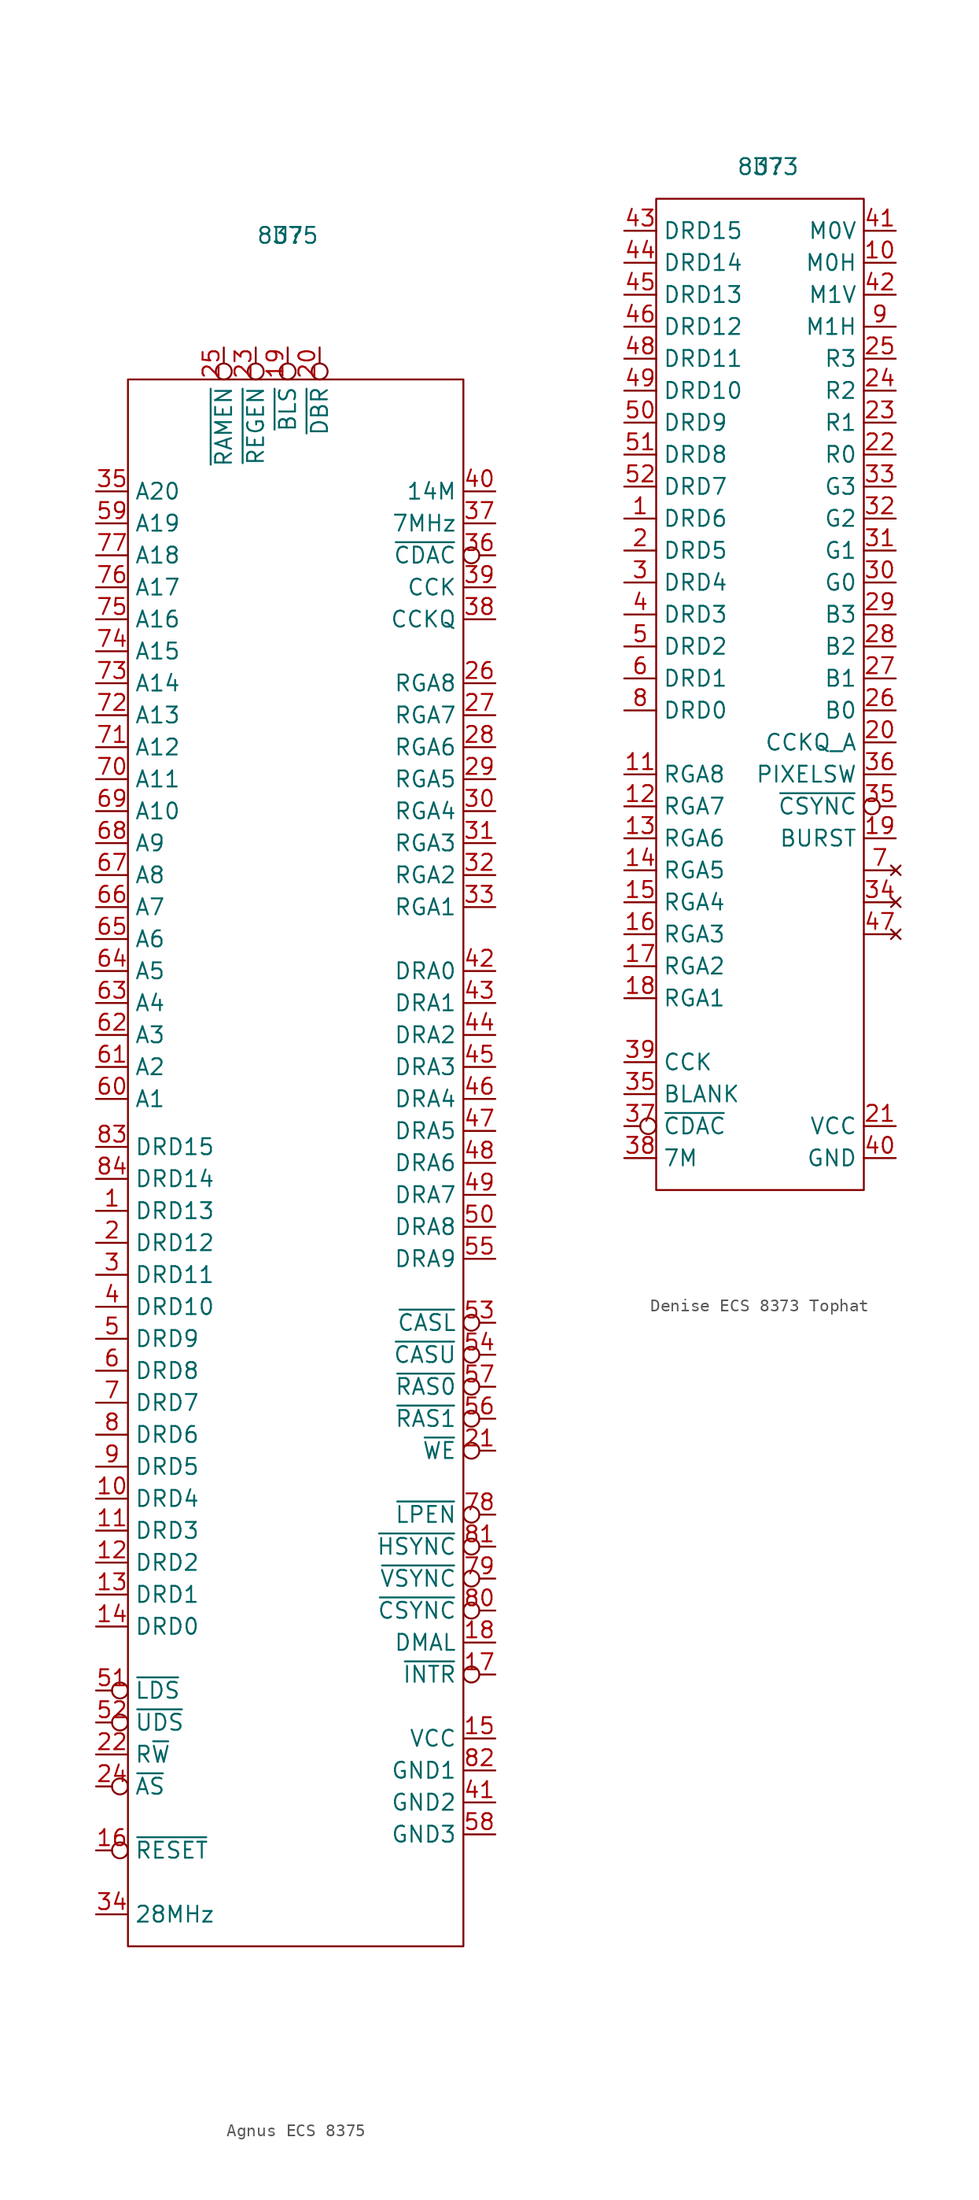
<source format=kicad_sym>
(kicad_symbol_lib
  (version 20241209)
  (generator "kicad_symbol_editor")
  (generator_version "9.0")
  (symbol "Agnus ECS 8375"
    (property "Reference" "U"
      (at 0 0 0)
      (effects (font (size 1.27 1.27))))
    (property "Value" "8375"
      (at 0 0 0)
      (effects (font (size 1.27 1.27))))
    (symbol "Agnus ECS 8375_0_1"
      (rectangle (start -12.7 -11.43) (end 13.97 -135.89) (stroke (width 0) (type default)) (fill (type none))))
    (symbol "Agnus ECS 8375_1_1"
      (pin input line (at -15.24 -20.32 0) (length 2.54) (name "A20" (effects (font (size 1.27 1.27)))) (number "35" (effects (font (size 1.27 1.27)))))
      (pin input line (at -15.24 -22.86 0) (length 2.54) (name "A19" (effects (font (size 1.27 1.27)))) (number "59" (effects (font (size 1.27 1.27)))))
      (pin input line (at -15.24 -25.4 0) (length 2.54) (name "A18" (effects (font (size 1.27 1.27)))) (number "77" (effects (font (size 1.27 1.27)))))
      (pin input line (at -15.24 -27.94 0) (length 2.54) (name "A17" (effects (font (size 1.27 1.27)))) (number "76" (effects (font (size 1.27 1.27)))))
      (pin input line (at -15.24 -30.48 0) (length 2.54) (name "A16" (effects (font (size 1.27 1.27)))) (number "75" (effects (font (size 1.27 1.27)))))
      (pin input line (at -15.24 -33.02 0) (length 2.54) (name "A15" (effects (font (size 1.27 1.27)))) (number "74" (effects (font (size 1.27 1.27)))))
      (pin input line (at -15.24 -35.56 0) (length 2.54) (name "A14" (effects (font (size 1.27 1.27)))) (number "73" (effects (font (size 1.27 1.27)))))
      (pin input line (at -15.24 -38.1 0) (length 2.54) (name "A13" (effects (font (size 1.27 1.27)))) (number "72" (effects (font (size 1.27 1.27)))))
      (pin input line (at -15.24 -40.64 0) (length 2.54) (name "A12" (effects (font (size 1.27 1.27)))) (number "71" (effects (font (size 1.27 1.27)))))
      (pin input line (at -15.24 -43.18 0) (length 2.54) (name "A11" (effects (font (size 1.27 1.27)))) (number "70" (effects (font (size 1.27 1.27)))))
      (pin input line (at -15.24 -45.72 0) (length 2.54) (name "A10" (effects (font (size 1.27 1.27)))) (number "69" (effects (font (size 1.27 1.27)))))
      (pin input line (at -15.24 -48.26 0) (length 2.54) (name "A9" (effects (font (size 1.27 1.27)))) (number "68" (effects (font (size 1.27 1.27)))))
      (pin input line (at -15.24 -50.8 0) (length 2.54) (name "A8" (effects (font (size 1.27 1.27)))) (number "67" (effects (font (size 1.27 1.27)))))
      (pin input line (at -15.24 -53.34 0) (length 2.54) (name "A7" (effects (font (size 1.27 1.27)))) (number "66" (effects (font (size 1.27 1.27)))))
      (pin input line (at -15.24 -55.88 0) (length 2.54) (name "A6" (effects (font (size 1.27 1.27)))) (number "65" (effects (font (size 1.27 1.27)))))
      (pin input line (at -15.24 -58.42 0) (length 2.54) (name "A5" (effects (font (size 1.27 1.27)))) (number "64" (effects (font (size 1.27 1.27)))))
      (pin input line (at -15.24 -60.96 0) (length 2.54) (name "A4" (effects (font (size 1.27 1.27)))) (number "63" (effects (font (size 1.27 1.27)))))
      (pin input line (at -15.24 -63.5 0) (length 2.54) (name "A3" (effects (font (size 1.27 1.27)))) (number "62" (effects (font (size 1.27 1.27)))))
      (pin input line (at -15.24 -66.04 0) (length 2.54) (name "A2" (effects (font (size 1.27 1.27)))) (number "61" (effects (font (size 1.27 1.27)))))
      (pin input line (at -15.24 -68.58 0) (length 2.54) (name "A1" (effects (font (size 1.27 1.27)))) (number "60" (effects (font (size 1.27 1.27)))))
      (pin input line (at -15.24 -72.39 0) (length 2.54) (name "DRD15" (effects (font (size 1.27 1.27)))) (number "83" (effects (font (size 1.27 1.27)))))
      (pin input line (at -15.24 -74.93 0) (length 2.54) (name "DRD14" (effects (font (size 1.27 1.27)))) (number "84" (effects (font (size 1.27 1.27)))))
      (pin input line (at -15.24 -77.47 0) (length 2.54) (name "DRD13" (effects (font (size 1.27 1.27)))) (number "1" (effects (font (size 1.27 1.27)))))
      (pin input line (at -15.24 -80.01 0) (length 2.54) (name "DRD12" (effects (font (size 1.27 1.27)))) (number "2" (effects (font (size 1.27 1.27)))))
      (pin input line (at -15.24 -82.55 0) (length 2.54) (name "DRD11" (effects (font (size 1.27 1.27)))) (number "3" (effects (font (size 1.27 1.27)))))
      (pin input line (at -15.24 -85.09 0) (length 2.54) (name "DRD10" (effects (font (size 1.27 1.27)))) (number "4" (effects (font (size 1.27 1.27)))))
      (pin input line (at -15.24 -87.63 0) (length 2.54) (name "DRD9" (effects (font (size 1.27 1.27)))) (number "5" (effects (font (size 1.27 1.27)))))
      (pin input line (at -15.24 -90.17 0) (length 2.54) (name "DRD8" (effects (font (size 1.27 1.27)))) (number "6" (effects (font (size 1.27 1.27)))))
      (pin input line (at -15.24 -92.71 0) (length 2.54) (name "DRD7" (effects (font (size 1.27 1.27)))) (number "7" (effects (font (size 1.27 1.27)))))
      (pin input line (at -15.24 -95.25 0) (length 2.54) (name "DRD6" (effects (font (size 1.27 1.27)))) (number "8" (effects (font (size 1.27 1.27)))))
      (pin input line (at -15.24 -97.79 0) (length 2.54) (name "DRD5" (effects (font (size 1.27 1.27)))) (number "9" (effects (font (size 1.27 1.27)))))
      (pin input line (at -15.24 -100.33 0) (length 2.54) (name "DRD4" (effects (font (size 1.27 1.27)))) (number "10" (effects (font (size 1.27 1.27)))))
      (pin input line (at -15.24 -102.87 0) (length 2.54) (name "DRD3" (effects (font (size 1.27 1.27)))) (number "11" (effects (font (size 1.27 1.27)))))
      (pin input line (at -15.24 -105.41 0) (length 2.54) (name "DRD2" (effects (font (size 1.27 1.27)))) (number "12" (effects (font (size 1.27 1.27)))))
      (pin input line (at -15.24 -107.95 0) (length 2.54) (name "DRD1" (effects (font (size 1.27 1.27)))) (number "13" (effects (font (size 1.27 1.27)))))
      (pin input line (at -15.24 -110.49 0) (length 2.54) (name "DRD0" (effects (font (size 1.27 1.27)))) (number "14" (effects (font (size 1.27 1.27)))))
      (pin input inverted (at -15.24 -115.57 0) (length 2.54) (name "~{LDS}" (effects (font (size 1.27 1.27)))) (number "51" (effects (font (size 1.27 1.27)))))
      (pin input inverted (at -15.24 -118.11 0) (length 2.54) (name "~{UDS}" (effects (font (size 1.27 1.27)))) (number "52" (effects (font (size 1.27 1.27)))))
      (pin input line (at -15.24 -120.65 0) (length 2.54) (name "R~{W}" (effects (font (size 1.27 1.27)))) (number "22" (effects (font (size 1.27 1.27)))))
      (pin input inverted (at -15.24 -123.19 0) (length 2.54) (name "~{AS}" (effects (font (size 1.27 1.27)))) (number "24" (effects (font (size 1.27 1.27)))))
      (pin input inverted (at -15.24 -128.27 0) (length 2.54) (name "~{RESET}" (effects (font (size 1.27 1.27)))) (number "16" (effects (font (size 1.27 1.27)))))
      (pin input line (at -15.24 -133.35 0) (length 2.54) (name "28MHz" (effects (font (size 1.27 1.27)))) (number "34" (effects (font (size 1.27 1.27)))))
      (pin input inverted (at -5.08 -8.89 270) (length 2.54) (name "~{RAMEN}" (effects (font (size 1.27 1.27)))) (number "25" (effects (font (size 1.27 1.27)))))
      (pin input inverted (at -2.54 -8.89 270) (length 2.54) (name "~{REGEN}" (effects (font (size 1.27 1.27)))) (number "23" (effects (font (size 1.27 1.27)))))
      (pin input inverted (at 0 -8.89 270) (length 2.54) (name "~{BLS}" (effects (font (size 1.27 1.27)))) (number "19" (effects (font (size 1.27 1.27)))))
      (pin input inverted (at 2.54 -8.89 270) (length 2.54) (name "~{DBR}" (effects (font (size 1.27 1.27)))) (number "20" (effects (font (size 1.27 1.27)))))
      (pin output line (at 16.51 -20.32 180) (length 2.54) (name "14M" (effects (font (size 1.27 1.27)))) (number "40" (effects (font (size 1.27 1.27)))))
      (pin output line (at 16.51 -22.86 180) (length 2.54) (name "7MHz" (effects (font (size 1.27 1.27)))) (number "37" (effects (font (size 1.27 1.27)))))
      (pin output inverted (at 16.51 -25.4 180) (length 2.54) (name "~{CDAC}" (effects (font (size 1.27 1.27)))) (number "36" (effects (font (size 1.27 1.27)))))
      (pin output line (at 16.51 -27.94 180) (length 2.54) (name "CCK" (effects (font (size 1.27 1.27)))) (number "39" (effects (font (size 1.27 1.27)))))
      (pin output line (at 16.51 -30.48 180) (length 2.54) (name "CCKQ" (effects (font (size 1.27 1.27)))) (number "38" (effects (font (size 1.27 1.27)))))
      (pin output line (at 16.51 -35.56 180) (length 2.54) (name "RGA8" (effects (font (size 1.27 1.27)))) (number "26" (effects (font (size 1.27 1.27)))))
      (pin output line (at 16.51 -38.1 180) (length 2.54) (name "RGA7" (effects (font (size 1.27 1.27)))) (number "27" (effects (font (size 1.27 1.27)))))
      (pin output line (at 16.51 -40.64 180) (length 2.54) (name "RGA6" (effects (font (size 1.27 1.27)))) (number "28" (effects (font (size 1.27 1.27)))))
      (pin output line (at 16.51 -43.18 180) (length 2.54) (name "RGA5" (effects (font (size 1.27 1.27)))) (number "29" (effects (font (size 1.27 1.27)))))
      (pin output line (at 16.51 -45.72 180) (length 2.54) (name "RGA4" (effects (font (size 1.27 1.27)))) (number "30" (effects (font (size 1.27 1.27)))))
      (pin output line (at 16.51 -48.26 180) (length 2.54) (name "RGA3" (effects (font (size 1.27 1.27)))) (number "31" (effects (font (size 1.27 1.27)))))
      (pin output line (at 16.51 -50.8 180) (length 2.54) (name "RGA2" (effects (font (size 1.27 1.27)))) (number "32" (effects (font (size 1.27 1.27)))))
      (pin output line (at 16.51 -53.34 180) (length 2.54) (name "RGA1" (effects (font (size 1.27 1.27)))) (number "33" (effects (font (size 1.27 1.27)))))
      (pin output line (at 16.51 -58.42 180) (length 2.54) (name "DRA0" (effects (font (size 1.27 1.27)))) (number "42" (effects (font (size 1.27 1.27)))))
      (pin output line (at 16.51 -60.96 180) (length 2.54) (name "DRA1" (effects (font (size 1.27 1.27)))) (number "43" (effects (font (size 1.27 1.27)))))
      (pin output line (at 16.51 -63.5 180) (length 2.54) (name "DRA2" (effects (font (size 1.27 1.27)))) (number "44" (effects (font (size 1.27 1.27)))))
      (pin output line (at 16.51 -66.04 180) (length 2.54) (name "DRA3" (effects (font (size 1.27 1.27)))) (number "45" (effects (font (size 1.27 1.27)))))
      (pin output line (at 16.51 -68.58 180) (length 2.54) (name "DRA4" (effects (font (size 1.27 1.27)))) (number "46" (effects (font (size 1.27 1.27)))))
      (pin output line (at 16.51 -71.12 180) (length 2.54) (name "DRA5" (effects (font (size 1.27 1.27)))) (number "47" (effects (font (size 1.27 1.27)))))
      (pin output line (at 16.51 -73.66 180) (length 2.54) (name "DRA6" (effects (font (size 1.27 1.27)))) (number "48" (effects (font (size 1.27 1.27)))))
      (pin output line (at 16.51 -76.2 180) (length 2.54) (name "DRA7" (effects (font (size 1.27 1.27)))) (number "49" (effects (font (size 1.27 1.27)))))
      (pin output line (at 16.51 -78.74 180) (length 2.54) (name "DRA8" (effects (font (size 1.27 1.27)))) (number "50" (effects (font (size 1.27 1.27)))))
      (pin output line (at 16.51 -81.28 180) (length 2.54) (name "DRA9" (effects (font (size 1.27 1.27)))) (number "55" (effects (font (size 1.27 1.27)))))
      (pin output inverted (at 16.51 -86.36 180) (length 2.54) (name "~{CASL}" (effects (font (size 1.27 1.27)))) (number "53" (effects (font (size 1.27 1.27)))))
      (pin output inverted (at 16.51 -88.9 180) (length 2.54) (name "~{CASU}" (effects (font (size 1.27 1.27)))) (number "54" (effects (font (size 1.27 1.27)))))
      (pin output inverted (at 16.51 -91.44 180) (length 2.54) (name "~{RAS0}" (effects (font (size 1.27 1.27)))) (number "57" (effects (font (size 1.27 1.27)))))
      (pin output inverted (at 16.51 -93.98 180) (length 2.54) (name "~{RAS1}" (effects (font (size 1.27 1.27)))) (number "56" (effects (font (size 1.27 1.27)))))
      (pin output inverted (at 16.51 -96.52 180) (length 2.54) (name "~{WE}" (effects (font (size 1.27 1.27)))) (number "21" (effects (font (size 1.27 1.27)))))
      (pin input inverted (at 16.51 -101.6 180) (length 2.54) (name "~{LPEN}" (effects (font (size 1.27 1.27)))) (number "78" (effects (font (size 1.27 1.27)))))
      (pin bidirectional inverted (at 16.51 -104.14 180) (length 2.54) (name "~{HSYNC}" (effects (font (size 1.27 1.27)))) (number "81" (effects (font (size 1.27 1.27)))))
      (pin bidirectional inverted (at 16.51 -106.68 180) (length 2.54) (name "~{VSYNC}" (effects (font (size 1.27 1.27)))) (number "79" (effects (font (size 1.27 1.27)))))
      (pin output inverted (at 16.51 -109.22 180) (length 2.54) (name "~{CSYNC}" (effects (font (size 1.27 1.27)))) (number "80" (effects (font (size 1.27 1.27)))))
      (pin input line (at 16.51 -111.76 180) (length 2.54) (name "DMAL" (effects (font (size 1.27 1.27)))) (number "18" (effects (font (size 1.27 1.27)))))
      (pin output inverted (at 16.51 -114.3 180) (length 2.54) (name "~{INTR}" (effects (font (size 1.27 1.27)))) (number "17" (effects (font (size 1.27 1.27)))))
      (pin power_in line (at 16.51 -119.38 180) (length 2.54) (name "VCC" (effects (font (size 1.27 1.27)))) (number "15" (effects (font (size 1.27 1.27)))))
      (pin power_in line (at 16.51 -121.92 180) (length 2.54) (name "GND1" (effects (font (size 1.27 1.27)))) (number "82" (effects (font (size 1.27 1.27)))))
      (pin power_in line (at 16.51 -124.46 180) (length 2.54) (name "GND2" (effects (font (size 1.27 1.27)))) (number "41" (effects (font (size 1.27 1.27)))))
      (pin power_in line (at 16.51 -127 180) (length 2.54) (name "GND3" (effects (font (size 1.27 1.27)))) (number "58" (effects (font (size 1.27 1.27)))))))
  (symbol "Denise ECS 8373 Tophat"
    (property "Reference" "U"
      (at 0 0 0)
      (effects (font (size 1.27 1.27))))
    (property "Value" "8373"
      (at 0 0 0)
      (effects (font (size 1.27 1.27))))
    (symbol "Denise ECS 8373 Tophat_0_1"
      (rectangle (start -8.89 -2.54) (end 7.62 -81.28) (stroke (width 0) (type default)) (fill (type none))))
    (symbol "Denise ECS 8373 Tophat_1_1"
      (pin output line (at -11.43 -5.08 0) (length 2.54) (name "DRD15" (effects (font (size 1.27 1.27)))) (number "43" (effects (font (size 1.27 1.27)))))
      (pin output line (at -11.43 -7.62 0) (length 2.54) (name "DRD14" (effects (font (size 1.27 1.27)))) (number "44" (effects (font (size 1.27 1.27)))))
      (pin output line (at -11.43 -10.16 0) (length 2.54) (name "DRD13" (effects (font (size 1.27 1.27)))) (number "45" (effects (font (size 1.27 1.27)))))
      (pin output line (at -11.43 -12.7 0) (length 2.54) (name "DRD12" (effects (font (size 1.27 1.27)))) (number "46" (effects (font (size 1.27 1.27)))))
      (pin output line (at -11.43 -15.24 0) (length 2.54) (name "DRD11" (effects (font (size 1.27 1.27)))) (number "48" (effects (font (size 1.27 1.27)))))
      (pin output line (at -11.43 -17.78 0) (length 2.54) (name "DRD10" (effects (font (size 1.27 1.27)))) (number "49" (effects (font (size 1.27 1.27)))))
      (pin output line (at -11.43 -20.32 0) (length 2.54) (name "DRD9" (effects (font (size 1.27 1.27)))) (number "50" (effects (font (size 1.27 1.27)))))
      (pin output line (at -11.43 -22.86 0) (length 2.54) (name "DRD8" (effects (font (size 1.27 1.27)))) (number "51" (effects (font (size 1.27 1.27)))))
      (pin output line (at -11.43 -25.4 0) (length 2.54) (name "DRD7" (effects (font (size 1.27 1.27)))) (number "52" (effects (font (size 1.27 1.27)))))
      (pin output line (at -11.43 -27.94 0) (length 2.54) (name "DRD6" (effects (font (size 1.27 1.27)))) (number "1" (effects (font (size 1.27 1.27)))))
      (pin output line (at -11.43 -30.48 0) (length 2.54) (name "DRD5" (effects (font (size 1.27 1.27)))) (number "2" (effects (font (size 1.27 1.27)))))
      (pin output line (at -11.43 -33.02 0) (length 2.54) (name "DRD4" (effects (font (size 1.27 1.27)))) (number "3" (effects (font (size 1.27 1.27)))))
      (pin output line (at -11.43 -35.56 0) (length 2.54) (name "DRD3" (effects (font (size 1.27 1.27)))) (number "4" (effects (font (size 1.27 1.27)))))
      (pin output line (at -11.43 -38.1 0) (length 2.54) (name "DRD2" (effects (font (size 1.27 1.27)))) (number "5" (effects (font (size 1.27 1.27)))))
      (pin output line (at -11.43 -40.64 0) (length 2.54) (name "DRD1" (effects (font (size 1.27 1.27)))) (number "6" (effects (font (size 1.27 1.27)))))
      (pin output line (at -11.43 -43.18 0) (length 2.54) (name "DRD0" (effects (font (size 1.27 1.27)))) (number "8" (effects (font (size 1.27 1.27)))))
      (pin output line (at -11.43 -48.26 0) (length 2.54) (name "RGA8" (effects (font (size 1.27 1.27)))) (number "11" (effects (font (size 1.27 1.27)))))
      (pin output line (at -11.43 -50.8 0) (length 2.54) (name "RGA7" (effects (font (size 1.27 1.27)))) (number "12" (effects (font (size 1.27 1.27)))))
      (pin output line (at -11.43 -53.34 0) (length 2.54) (name "RGA6" (effects (font (size 1.27 1.27)))) (number "13" (effects (font (size 1.27 1.27)))))
      (pin output line (at -11.43 -55.88 0) (length 2.54) (name "RGA5" (effects (font (size 1.27 1.27)))) (number "14" (effects (font (size 1.27 1.27)))))
      (pin output line (at -11.43 -58.42 0) (length 2.54) (name "RGA4" (effects (font (size 1.27 1.27)))) (number "15" (effects (font (size 1.27 1.27)))))
      (pin output line (at -11.43 -60.96 0) (length 2.54) (name "RGA3" (effects (font (size 1.27 1.27)))) (number "16" (effects (font (size 1.27 1.27)))))
      (pin output line (at -11.43 -63.5 0) (length 2.54) (name "RGA2" (effects (font (size 1.27 1.27)))) (number "17" (effects (font (size 1.27 1.27)))))
      (pin output line (at -11.43 -66.04 0) (length 2.54) (name "RGA1" (effects (font (size 1.27 1.27)))) (number "18" (effects (font (size 1.27 1.27)))))
      (pin output line (at -11.43 -71.12 0) (length 2.54) (name "CCK" (effects (font (size 1.27 1.27)))) (number "39" (effects (font (size 1.27 1.27)))))
      (pin output line (at -11.43 -73.66 0) (length 2.54) (name "BLANK" (effects (font (size 1.27 1.27)))) (number "35" (effects (font (size 1.27 1.27)))))
      (pin output inverted (at -11.43 -76.2 0) (length 2.54) (name "~{CDAC}" (effects (font (size 1.27 1.27)))) (number "37" (effects (font (size 1.27 1.27)))))
      (pin output line (at -11.43 -78.74 0) (length 2.54) (name "7M" (effects (font (size 1.27 1.27)))) (number "38" (effects (font (size 1.27 1.27)))))
      (pin output line (at 10.16 -5.08 180) (length 2.54) (name "M0V" (effects (font (size 1.27 1.27)))) (number "41" (effects (font (size 1.27 1.27)))))
      (pin output line (at 10.16 -7.62 180) (length 2.54) (name "M0H" (effects (font (size 1.27 1.27)))) (number "10" (effects (font (size 1.27 1.27)))))
      (pin output line (at 10.16 -10.16 180) (length 2.54) (name "M1V" (effects (font (size 1.27 1.27)))) (number "42" (effects (font (size 1.27 1.27)))))
      (pin output line (at 10.16 -12.7 180) (length 2.54) (name "M1H" (effects (font (size 1.27 1.27)))) (number "9" (effects (font (size 1.27 1.27)))))
      (pin output line (at 10.16 -15.24 180) (length 2.54) (name "R3" (effects (font (size 1.27 1.27)))) (number "25" (effects (font (size 1.27 1.27)))))
      (pin output line (at 10.16 -17.78 180) (length 2.54) (name "R2" (effects (font (size 1.27 1.27)))) (number "24" (effects (font (size 1.27 1.27)))))
      (pin output line (at 10.16 -20.32 180) (length 2.54) (name "R1" (effects (font (size 1.27 1.27)))) (number "23" (effects (font (size 1.27 1.27)))))
      (pin output line (at 10.16 -22.86 180) (length 2.54) (name "R0" (effects (font (size 1.27 1.27)))) (number "22" (effects (font (size 1.27 1.27)))))
      (pin output line (at 10.16 -25.4 180) (length 2.54) (name "G3" (effects (font (size 1.27 1.27)))) (number "33" (effects (font (size 1.27 1.27)))))
      (pin output line (at 10.16 -27.94 180) (length 2.54) (name "G2" (effects (font (size 1.27 1.27)))) (number "32" (effects (font (size 1.27 1.27)))))
      (pin output line (at 10.16 -30.48 180) (length 2.54) (name "G1" (effects (font (size 1.27 1.27)))) (number "31" (effects (font (size 1.27 1.27)))))
      (pin output line (at 10.16 -33.02 180) (length 2.54) (name "G0" (effects (font (size 1.27 1.27)))) (number "30" (effects (font (size 1.27 1.27)))))
      (pin output line (at 10.16 -35.56 180) (length 2.54) (name "B3" (effects (font (size 1.27 1.27)))) (number "29" (effects (font (size 1.27 1.27)))))
      (pin output line (at 10.16 -38.1 180) (length 2.54) (name "B2" (effects (font (size 1.27 1.27)))) (number "28" (effects (font (size 1.27 1.27)))))
      (pin output line (at 10.16 -40.64 180) (length 2.54) (name "B1" (effects (font (size 1.27 1.27)))) (number "27" (effects (font (size 1.27 1.27)))))
      (pin output line (at 10.16 -43.18 180) (length 2.54) (name "B0" (effects (font (size 1.27 1.27)))) (number "26" (effects (font (size 1.27 1.27)))))
      (pin output line (at 10.16 -45.72 180) (length 2.54) (name "CCKQ_A" (effects (font (size 1.27 1.27)))) (number "20" (effects (font (size 1.27 1.27)))))
      (pin output line (at 10.16 -48.26 180) (length 2.54) (name "PIXELSW" (effects (font (size 1.27 1.27)))) (number "36" (effects (font (size 1.27 1.27)))))
      (pin output inverted (at 10.16 -50.8 180) (length 2.54) (name "~{CSYNC}" (effects (font (size 1.27 1.27)))) (number "35" (effects (font (size 1.27 1.27)))))
      (pin output line (at 10.16 -53.34 180) (length 2.54) (name "BURST" (effects (font (size 1.27 1.27)))) (number "19" (effects (font (size 1.27 1.27)))))
      (pin no_connect line (at 10.16 -55.88 180) (length 2.54) (name "" (effects (font (size 1.27 1.27)))) (number "7" (effects (font (size 1.27 1.27)))))
      (pin no_connect line (at 10.16 -58.42 180) (length 2.54) (name "" (effects (font (size 1.27 1.27)))) (number "34" (effects (font (size 1.27 1.27)))))
      (pin no_connect line (at 10.16 -60.96 180) (length 2.54) (name "" (effects (font (size 1.27 1.27)))) (number "47" (effects (font (size 1.27 1.27)))))
      (pin power_out line (at 10.16 -76.2 180) (length 2.54) (name "VCC" (effects (font (size 1.27 1.27)))) (number "21" (effects (font (size 1.27 1.27)))))
      (pin power_out line (at 10.16 -78.74 180) (length 2.54) (name "GND" (effects (font (size 1.27 1.27)))) (number "40" (effects (font (size 1.27 1.27))))))))
</source>
